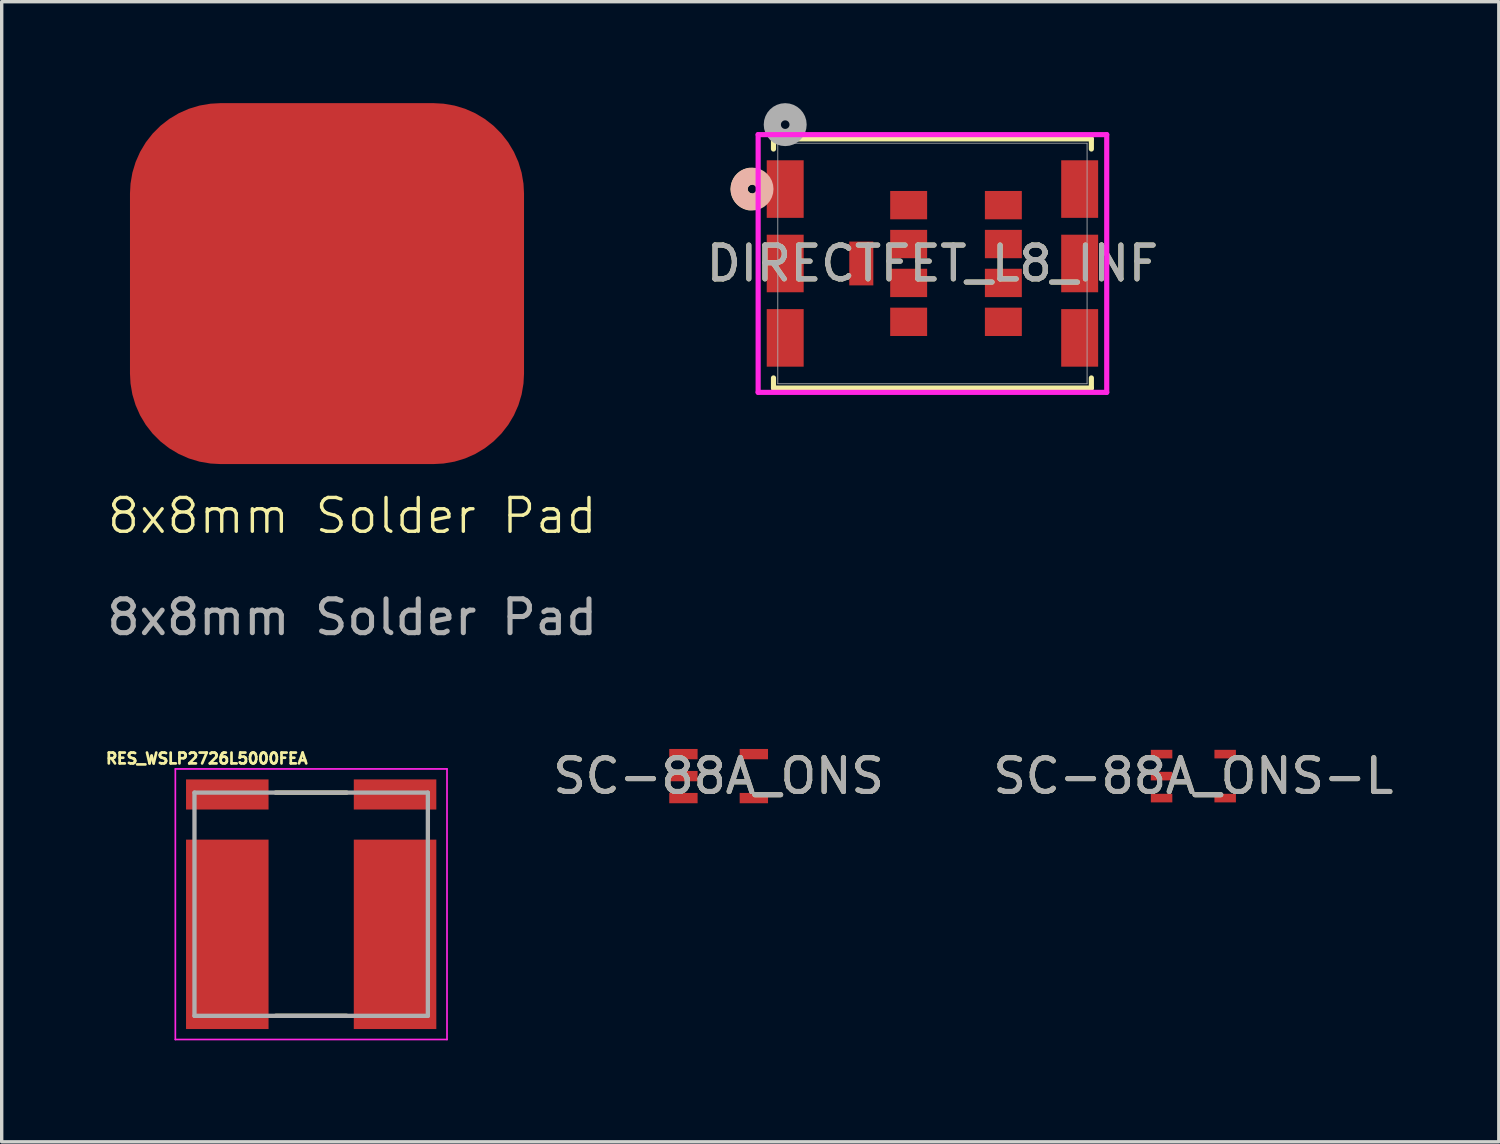
<source format=kicad_pcb>
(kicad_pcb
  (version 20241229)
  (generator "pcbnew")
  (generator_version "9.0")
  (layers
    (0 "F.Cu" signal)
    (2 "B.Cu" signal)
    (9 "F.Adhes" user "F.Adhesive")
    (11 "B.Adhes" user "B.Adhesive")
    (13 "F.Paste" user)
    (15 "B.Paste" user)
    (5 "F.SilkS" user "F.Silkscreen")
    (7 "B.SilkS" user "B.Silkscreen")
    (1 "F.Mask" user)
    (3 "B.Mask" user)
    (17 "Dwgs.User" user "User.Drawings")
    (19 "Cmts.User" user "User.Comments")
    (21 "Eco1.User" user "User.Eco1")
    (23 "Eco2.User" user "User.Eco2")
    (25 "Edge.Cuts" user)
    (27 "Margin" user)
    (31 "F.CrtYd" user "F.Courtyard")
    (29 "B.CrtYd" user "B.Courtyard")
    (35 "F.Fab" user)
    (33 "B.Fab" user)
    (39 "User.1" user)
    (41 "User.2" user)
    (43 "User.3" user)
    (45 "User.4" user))
  (footprint "SC-88A_ONS-L"
    (layer "F.Cu")
    (at 32.233 19.896)
    (property "Reference" "SC-88A_ONS-L" (at 0 0 0) (unlocked yes) (layer "F.SilkS") (effects (font (size 1 1) (thickness 0.15))))
    (attr smd)
    (fp_text user "${REFERENCE}" (at 0 0 0) (unlocked yes) (layer "F.Fab") (effects (font (size 1 1) (thickness 0.15))))
    (pad "1" smd rect (at -0.94 -0.65) (size 0.635 0.254) (layers "F.Cu" "F.Mask" "F.Paste"))
    (pad "2" smd rect (at -0.94 0) (size 0.635 0.254) (layers "F.Cu" "F.Mask" "F.Paste"))
    (pad "3" smd rect (at -0.94 0.65) (size 0.635 0.254) (layers "F.Cu" "F.Mask" "F.Paste"))
    (pad "4" smd rect (at 0.94 0.65) (size 0.635 0.254) (layers "F.Cu" "F.Mask" "F.Paste"))
    (pad "5" smd rect (at 0.94 -0.65) (size 0.635 0.254) (layers "F.Cu" "F.Mask" "F.Paste")))
  (footprint "8x8mm Solder Pad"
    (layer "F.Cu")
    (at 7.363 12.7)
    (property "Reference" "8x8mm Solder Pad" (at 0 -0.5 0) (unlocked yes) (layer "F.SilkS") (effects (font (size 1 1) (thickness 0.1))))
    (attr smd)
    (fp_text user "${REFERENCE}" (at 0 2.5 0) (unlocked yes) (layer "F.Fab") (effects (font (size 1 1) (thickness 0.15))))
    (pad "1" smd roundrect (at -0.745 -7.365) (size 11.65 10.67) (layers "F.Cu" "F.Mask" "F.Paste") (roundrect_rratio 0.25)))
  (footprint "DIRECTFET_L8_INF"
    (layer "F.Cu")
    (at 24.518 4.74)
    (property "Reference" "DIRECTFET_L8_INF" (at 0 0 0) (unlocked yes) (layer "F.SilkS") (effects (font (size 1 1) (thickness 0.15))))
    (attr smd)
    (fp_line (start -4.699 -3.683) (end -4.699 -3.384) (stroke (width 0.152) (type solid)) (layer "F.SilkS"))
    (fp_line (start -4.699 3.384) (end -4.699 3.683) (stroke (width 0.152) (type solid)) (layer "F.SilkS"))
    (fp_line (start -4.699 3.683) (end 4.699 3.683) (stroke (width 0.152) (type solid)) (layer "F.SilkS"))
    (fp_line (start 4.699 -3.683) (end -4.699 -3.683) (stroke (width 0.152) (type solid)) (layer "F.SilkS"))
    (fp_line (start 4.699 -3.384) (end 4.699 -3.683) (stroke (width 0.152) (type solid)) (layer "F.SilkS"))
    (fp_line (start 4.699 3.683) (end 4.699 3.384) (stroke (width 0.152) (type solid)) (layer "F.SilkS"))
    (fp_arc (start -5.409141 -1.826483) (mid -5.715 -2.2) (end -5.409141 -2.573517) (stroke (width 0.508) (type solid)) (layer "F.SilkS"))
    (fp_circle (center -5.334 -2.2) (end -4.953 -2.2) (stroke (width 0.508) (type solid)) (fill no) (layer "B.SilkS"))
    (fp_line (start -5.153 -3.81) (end -5.153 3.81) (stroke (width 0.152) (type solid)) (layer "F.CrtYd"))
    (fp_line (start -5.153 3.81) (end 5.153 3.81) (stroke (width 0.152) (type solid)) (layer "F.CrtYd"))
    (fp_line (start 5.153 -3.81) (end -5.153 -3.81) (stroke (width 0.152) (type solid)) (layer "F.CrtYd"))
    (fp_line (start 5.153 3.81) (end 5.153 -3.81) (stroke (width 0.152) (type solid)) (layer "F.CrtYd"))
    (fp_line (start -4.572 -3.556) (end -4.572 3.556) (stroke (width 0.025) (type solid)) (layer "F.Fab"))
    (fp_line (start -4.572 3.556) (end 4.572 3.556) (stroke (width 0.025) (type solid)) (layer "F.Fab"))
    (fp_line (start 4.572 -3.556) (end -4.572 -3.556) (stroke (width 0.025) (type solid)) (layer "F.Fab"))
    (fp_line (start 4.572 3.556) (end 4.572 -3.556) (stroke (width 0.025) (type solid)) (layer "F.Fab"))
    (fp_circle (center -4.353 -4.105) (end -3.972 -4.105) (stroke (width 0.508) (type solid)) (fill no) (layer "F.Fab"))
    (fp_text user "${REFERENCE}" (at 0 0 0) (unlocked yes) (layer "F.Fab") (effects (font (size 1 1) (thickness 0.15))))
    (pad "1" smd rect (at -4.353 -2.2) (size 1.092 1.702) (layers "F.Cu" "F.Mask" "F.Paste"))
    (pad "1" smd rect (at -4.353 0) (size 1.092 1.702) (layers "F.Cu" "F.Mask" "F.Paste"))
    (pad "1" smd rect (at -4.353 2.2) (size 1.092 1.702) (layers "F.Cu" "F.Mask" "F.Paste"))
    (pad "1" smd rect (at 4.353 -2.2) (size 1.092 1.702) (layers "F.Cu" "F.Mask" "F.Paste"))
    (pad "1" smd rect (at 4.353 0) (size 1.092 1.702) (layers "F.Cu" "F.Mask" "F.Paste"))
    (pad "1" smd rect (at 4.353 2.2) (size 1.092 1.702) (layers "F.Cu" "F.Mask" "F.Paste"))
    (pad "7" smd rect (at -2.103 0) (size 0.711 1.295) (layers "F.Cu" "F.Mask" "F.Paste"))
    (pad "8" smd rect (at -0.703 -1.725) (size 1.092 0.838) (layers "F.Cu" "F.Mask" "F.Paste"))
    (pad "8" smd rect (at -0.703 -0.575) (size 1.092 0.838) (layers "F.Cu" "F.Mask" "F.Paste"))
    (pad "8" smd rect (at -0.703 0.575) (size 1.092 0.838) (layers "F.Cu" "F.Mask" "F.Paste"))
    (pad "8" smd rect (at -0.703 1.725) (size 1.092 0.838) (layers "F.Cu" "F.Mask" "F.Paste"))
    (pad "8" smd rect (at 2.097 -1.725) (size 1.092 0.838) (layers "F.Cu" "F.Mask" "F.Paste"))
    (pad "8" smd rect (at 2.097 -0.575) (size 1.092 0.838) (layers "F.Cu" "F.Mask" "F.Paste"))
    (pad "8" smd rect (at 2.097 0.575) (size 1.092 0.838) (layers "F.Cu" "F.Mask" "F.Paste"))
    (pad "8" smd rect (at 2.097 1.725) (size 1.092 0.838) (layers "F.Cu" "F.Mask" "F.Paste")))
  (footprint "RES_WSLP2726L5000FEA"
    (layer "F.Cu")
    (at 6.15 23.684)
    (property "Reference" "RES_WSLP2726L5000FEA" (at -3.087 -4.308 0) (layer "F.SilkS") (effects (font (size 0.32 0.32) (thickness 0.15))))
    (attr smd)
    (fp_line (start -1.05 -3.3) (end 1.05 -3.3) (stroke (width 0.127) (type solid)) (layer "F.SilkS"))
    (fp_line (start -1.05 3.3) (end 1.05 3.3) (stroke (width 0.127) (type solid)) (layer "F.SilkS"))
    (fp_line (start -4.016 -4) (end 4.016 -4) (stroke (width 0.05) (type solid)) (layer "F.CrtYd"))
    (fp_line (start -4.016 4) (end -4.016 -4) (stroke (width 0.05) (type solid)) (layer "F.CrtYd"))
    (fp_line (start 4.016 -4) (end 4.016 4) (stroke (width 0.05) (type solid)) (layer "F.CrtYd"))
    (fp_line (start 4.016 4) (end -4.016 4) (stroke (width 0.05) (type solid)) (layer "F.CrtYd"))
    (fp_line (start -3.45 -3.3) (end 3.45 -3.3) (stroke (width 0.127) (type solid)) (layer "F.Fab"))
    (fp_line (start -3.45 3.3) (end -3.45 -3.3) (stroke (width 0.127) (type solid)) (layer "F.Fab"))
    (fp_line (start 3.45 -3.3) (end 3.45 3.3) (stroke (width 0.127) (type solid)) (layer "F.Fab"))
    (fp_line (start 3.45 3.3) (end -3.45 3.3) (stroke (width 0.127) (type solid)) (layer "F.Fab"))
    (pad "1" smd rect (at -2.48 0.89) (size 2.44 5.6) (layers "F.Cu" "F.Mask" "F.Paste"))
    (pad "2" smd rect (at 2.48 0.89) (size 2.44 5.6) (layers "F.Cu" "F.Mask" "F.Paste"))
    (pad "3" smd rect (at -2.48 -3.245) (size 2.44 0.89) (layers "F.Cu" "F.Mask" "F.Paste"))
    (pad "4" smd rect (at 2.48 -3.245) (size 2.44 0.89) (layers "F.Cu" "F.Mask" "F.Paste")))
  (footprint "SC-88A_ONS"
    (layer "F.Cu")
    (at 18.197 19.896)
    (property "Reference" "SC-88A_ONS" (at 0 0 0) (unlocked yes) (layer "F.SilkS") (effects (font (size 1 1) (thickness 0.15))))
    (attr smd)
    (fp_text user "${REFERENCE}" (at 0 0 0) (unlocked yes) (layer "F.Fab") (effects (font (size 1 1) (thickness 0.15))))
    (pad "1" smd rect (at -1.041 -0.65) (size 0.838 0.305) (layers "F.Cu" "F.Mask" "F.Paste"))
    (pad "2" smd rect (at -1.041 0) (size 0.838 0.305) (layers "F.Cu" "F.Mask" "F.Paste"))
    (pad "3" smd rect (at -1.041 0.65) (size 0.838 0.305) (layers "F.Cu" "F.Mask" "F.Paste"))
    (pad "4" smd rect (at 1.041 0.65) (size 0.838 0.305) (layers "F.Cu" "F.Mask" "F.Paste"))
    (pad "5" smd rect (at 1.041 -0.65) (size 0.838 0.305) (layers "F.Cu" "F.Mask" "F.Paste")))
  (gr_rect
    (start -3 -3)
    (end 41.263 30.709)
    (stroke (width 0.1) (type default))
    (fill no)
    (layer "Edge.Cuts")))
</source>
